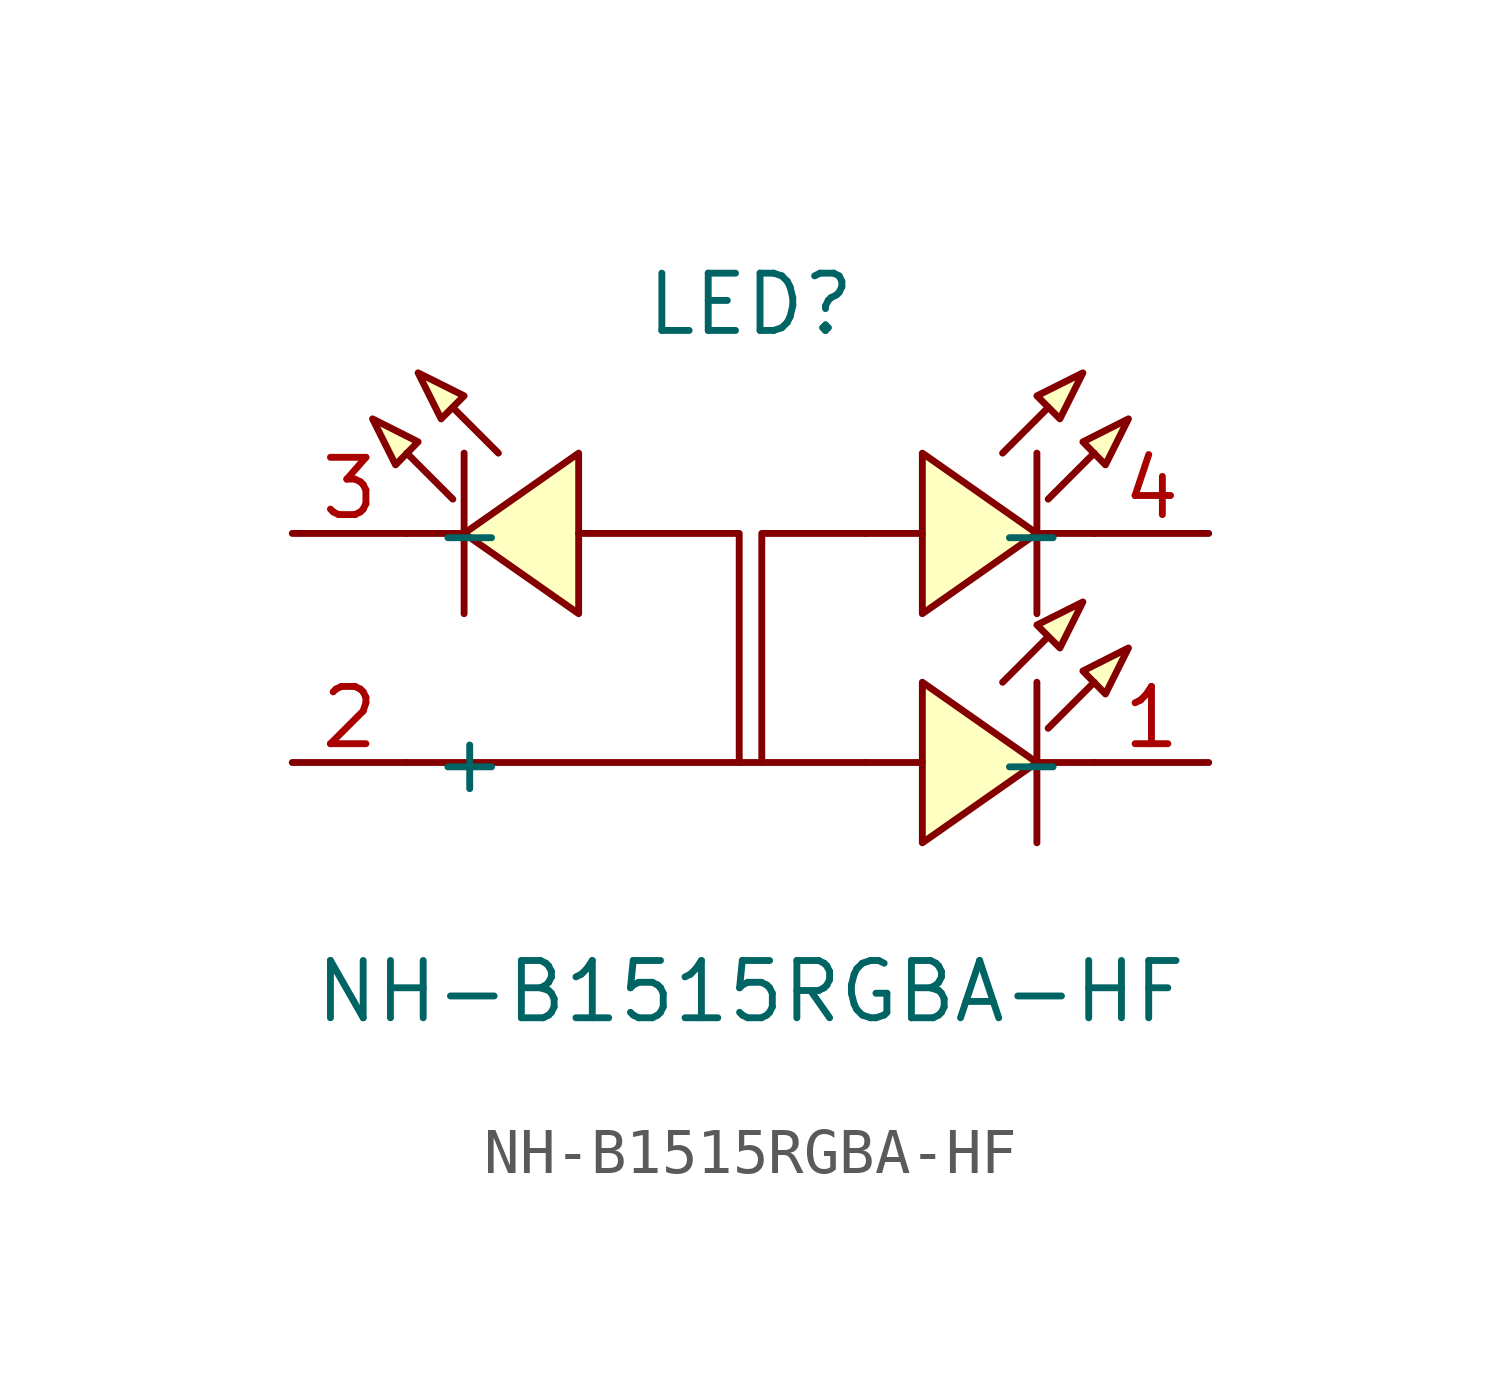
<source format=kicad_sym>
(kicad_symbol_lib
  (version 20231120)
  (generator "kicad_symbol_editor")
  (generator_version "8.0")
  (symbol "NH-B1515RGBA-HF"
    (property "Reference" "LED"
      (at 0 7.62 0)
      (effects (font (size 1.27 1.27))))
    (property "Value" "NH-B1515RGBA-HF"
      (at 0 -7.62 0)
      (effects (font (size 1.27 1.27))))
    (symbol "NH-B1515RGBA-HF_0_1"
      (polyline (pts (xy -6.35 2.54) (xy -7.62 2.54)) (stroke (width 0) (type default)) (fill (type none)))
      (polyline (pts (xy -6.35 4.32) (xy -6.35 0.76)) (stroke (width 0) (type default)) (fill (type none)))
      (polyline (pts (xy 2.54 -2.54) (xy -7.62 -2.54)) (stroke (width 0) (type default)) (fill (type none)))
      (polyline (pts (xy 2.54 -2.54) (xy 3.81 -2.54)) (stroke (width 0) (type default)) (fill (type none)))
      (polyline (pts (xy 2.54 2.54) (xy 3.81 2.54)) (stroke (width 0) (type default)) (fill (type none)))
      (polyline (pts (xy 6.35 -2.54) (xy 7.62 -2.54)) (stroke (width 0) (type default)) (fill (type none)))
      (polyline (pts (xy 6.35 -0.76) (xy 6.35 -4.32)) (stroke (width 0) (type default)) (fill (type none)))
      (polyline (pts (xy 6.35 2.54) (xy 7.62 2.54)) (stroke (width 0) (type default)) (fill (type none)))
      (polyline (pts (xy 6.35 4.32) (xy 6.35 0.76)) (stroke (width 0) (type default)) (fill (type none)))
      (polyline (pts (xy -6.6 3.3) (xy -7.62 4.32) (xy -6.6 3.3)) (stroke (width 0) (type default)) (fill (type background)))
      (polyline (pts (xy -5.59 4.32) (xy -6.6 5.33) (xy -5.59 4.32)) (stroke (width 0) (type default)) (fill (type background)))
      (polyline (pts (xy -0.25 -2.54) (xy -0.25 2.54) (xy -3.81 2.54)) (stroke (width 0) (type default)) (fill (type none)))
      (polyline (pts (xy 0.25 -2.54) (xy 0.25 2.54) (xy 2.54 2.54)) (stroke (width 0) (type default)) (fill (type none)))
      (polyline (pts (xy 5.59 -0.76) (xy 6.6 0.25) (xy 5.59 -0.76)) (stroke (width 0) (type default)) (fill (type background)))
      (polyline (pts (xy 5.59 4.32) (xy 6.6 5.33) (xy 5.59 4.32)) (stroke (width 0) (type default)) (fill (type background)))
      (polyline (pts (xy 6.6 -1.78) (xy 7.62 -0.76) (xy 6.6 -1.78)) (stroke (width 0) (type default)) (fill (type background)))
      (polyline (pts (xy 6.6 3.3) (xy 7.62 4.32) (xy 6.6 3.3)) (stroke (width 0) (type default)) (fill (type background)))
      (polyline (pts (xy -8.38 5.08) (xy -7.37 4.57) (xy -7.87 4.06) (xy -8.38 5.08)) (stroke (width 0) (type default)) (fill (type background)))
      (polyline (pts (xy -7.37 6.1) (xy -6.35 5.59) (xy -6.86 5.08) (xy -7.37 6.1)) (stroke (width 0) (type default)) (fill (type background)))
      (polyline (pts (xy -3.81 4.32) (xy -6.35 2.54) (xy -3.81 0.76) (xy -3.81 4.32)) (stroke (width 0) (type default)) (fill (type background)))
      (polyline (pts (xy 3.81 -0.76) (xy 6.35 -2.54) (xy 3.81 -4.32) (xy 3.81 -0.76)) (stroke (width 0) (type default)) (fill (type background)))
      (polyline (pts (xy 3.81 4.32) (xy 6.35 2.54) (xy 3.81 0.76) (xy 3.81 4.32)) (stroke (width 0) (type default)) (fill (type background)))
      (polyline (pts (xy 7.37 1.02) (xy 6.35 0.51) (xy 6.86 0) (xy 7.37 1.02)) (stroke (width 0) (type default)) (fill (type background)))
      (polyline (pts (xy 7.37 6.1) (xy 6.35 5.59) (xy 6.86 5.08) (xy 7.37 6.1)) (stroke (width 0) (type default)) (fill (type background)))
      (polyline (pts (xy 8.38 0) (xy 7.37 -0.51) (xy 7.87 -1.02) (xy 8.38 0)) (stroke (width 0) (type default)) (fill (type background)))
      (polyline (pts (xy 8.38 5.08) (xy 7.37 4.57) (xy 7.87 4.06) (xy 8.38 5.08)) (stroke (width 0) (type default)) (fill (type background)))
      (pin passive line (at 10.16 -2.54 180) (length 2.54) (name "-" (effects (font (size 1.27 1.27)))) (number "1" (effects (font (size 1.27 1.27)))))
      (pin passive line (at -10.16 -2.54 0) (length 2.54) (name "+" (effects (font (size 1.27 1.27)))) (number "2" (effects (font (size 1.27 1.27)))))
      (pin passive line (at -10.16 2.54 0) (length 2.54) (name "-" (effects (font (size 1.27 1.27)))) (number "3" (effects (font (size 1.27 1.27)))))
      (pin passive line (at 10.16 2.54 180) (length 2.54) (name "-" (effects (font (size 1.27 1.27)))) (number "4" (effects (font (size 1.27 1.27))))))))
</source>
